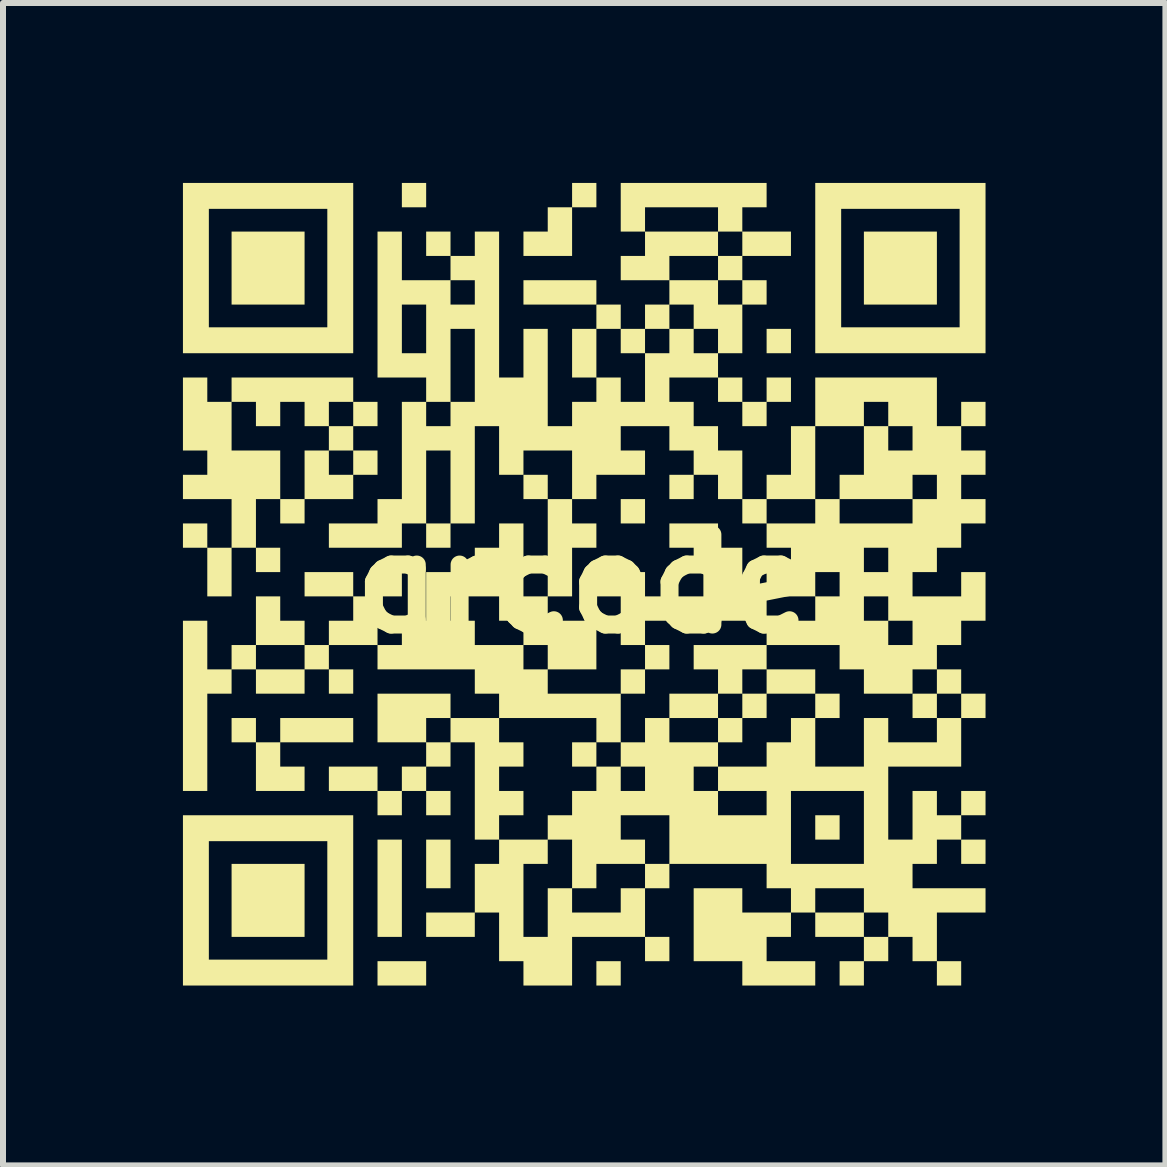
<source format=kicad_pcb>
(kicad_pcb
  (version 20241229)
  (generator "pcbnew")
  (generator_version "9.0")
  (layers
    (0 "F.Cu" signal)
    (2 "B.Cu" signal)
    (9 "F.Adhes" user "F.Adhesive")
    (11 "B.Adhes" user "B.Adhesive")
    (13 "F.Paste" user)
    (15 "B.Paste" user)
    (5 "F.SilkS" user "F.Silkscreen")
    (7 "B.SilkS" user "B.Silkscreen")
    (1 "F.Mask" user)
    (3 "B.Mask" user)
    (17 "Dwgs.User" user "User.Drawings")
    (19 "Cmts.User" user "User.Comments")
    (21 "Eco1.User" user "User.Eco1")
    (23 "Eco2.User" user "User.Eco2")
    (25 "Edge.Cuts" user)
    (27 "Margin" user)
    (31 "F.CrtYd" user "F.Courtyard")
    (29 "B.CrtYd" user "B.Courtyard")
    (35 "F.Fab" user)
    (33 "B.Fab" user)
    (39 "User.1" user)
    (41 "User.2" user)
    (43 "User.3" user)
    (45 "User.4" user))
  (footprint "qrcode"
    (layer "F.Cu")
    (at 6.684 6.684)
    (property "Reference" "qrcode" (at 0 0 0) (layer "F.SilkS") (effects (font (size 1.5 1.5) (thickness 0.3))))
    (attr board_only exclude_from_pos_files exclude_from_bom)
    (fp_poly (pts (xy -5.062 -0.399) (xy -5.062 -0.196) (xy -5.264 -0.196) (xy -5.467 -0.196) (xy -5.467 -0.399) (xy -5.467 -0.602) (xy -5.264 -0.602) (xy -5.062 -0.602)) (stroke (width 0) (type solid)) (fill yes) (layer "F.SilkS"))
    (fp_poly (pts (xy -4.656 -5.264) (xy -4.656 -4.656) (xy -5.264 -4.656) (xy -5.873 -4.656) (xy -5.873 -5.264) (xy -5.873 -5.873) (xy -5.264 -5.873) (xy -4.656 -5.873)) (stroke (width 0) (type solid)) (fill yes) (layer "F.SilkS"))
    (fp_poly (pts (xy -4.656 5.277) (xy -4.656 5.886) (xy -5.264 5.886) (xy -5.873 5.886) (xy -5.873 5.277) (xy -5.873 4.669) (xy -5.264 4.669) (xy -4.656 4.669)) (stroke (width 0) (type solid)) (fill yes) (layer "F.SilkS"))
    (fp_poly (pts (xy -3.845 1.628) (xy -3.845 1.831) (xy -4.048 1.831) (xy -4.251 1.831) (xy -4.251 1.628) (xy -4.251 1.426) (xy -4.048 1.426) (xy -3.845 1.426)) (stroke (width 0) (type solid)) (fill yes) (layer "F.SilkS"))
    (fp_poly (pts (xy -3.034 5.075) (xy -3.034 5.886) (xy -3.237 5.886) (xy -3.44 5.886) (xy -3.44 5.075) (xy -3.44 4.264) (xy -3.237 4.264) (xy -3.034 4.264)) (stroke (width 0) (type solid)) (fill yes) (layer "F.SilkS"))
    (fp_poly (pts (xy -2.629 -6.481) (xy -2.629 -6.278) (xy -2.832 -6.278) (xy -3.034 -6.278) (xy -3.034 -6.481) (xy -3.034 -6.684) (xy -2.832 -6.684) (xy -2.629 -6.684)) (stroke (width 0) (type solid)) (fill yes) (layer "F.SilkS"))
    (fp_poly (pts (xy -2.629 6.494) (xy -2.629 6.697) (xy -3.034 6.697) (xy -3.44 6.697) (xy -3.44 6.494) (xy -3.44 6.291) (xy -3.034 6.291) (xy -2.629 6.291)) (stroke (width 0) (type solid)) (fill yes) (layer "F.SilkS"))
    (fp_poly (pts (xy -2.223 3.656) (xy -2.223 3.858) (xy -2.426 3.858) (xy -2.629 3.858) (xy -2.629 3.656) (xy -2.629 3.453) (xy -2.426 3.453) (xy -2.223 3.453)) (stroke (width 0) (type solid)) (fill yes) (layer "F.SilkS"))
    (fp_poly (pts (xy -2.223 4.669) (xy -2.223 5.075) (xy -2.426 5.075) (xy -2.629 5.075) (xy -2.629 4.669) (xy -2.629 4.264) (xy -2.426 4.264) (xy -2.223 4.264)) (stroke (width 0) (type solid)) (fill yes) (layer "F.SilkS"))
    (fp_poly (pts (xy -0.602 -1.615) (xy -0.602 -1.413) (xy -0.804 -1.413) (xy -1.007 -1.413) (xy -1.007 -1.615) (xy -1.007 -1.818) (xy -0.804 -1.818) (xy -0.602 -1.818)) (stroke (width 0) (type solid)) (fill yes) (layer "F.SilkS"))
    (fp_poly (pts (xy 0.209 -4.859) (xy 0.209 -4.656) (xy -0.399 -4.656) (xy -1.007 -4.656) (xy -1.007 -4.859) (xy -1.007 -5.062) (xy -0.399 -5.062) (xy 0.209 -5.062)) (stroke (width 0) (type solid)) (fill yes) (layer "F.SilkS"))
    (fp_poly (pts (xy 0.209 2.845) (xy 0.209 3.047) (xy 0.007 3.047) (xy -0.196 3.047) (xy -0.196 2.845) (xy -0.196 2.642) (xy 0.007 2.642) (xy 0.209 2.642)) (stroke (width 0) (type solid)) (fill yes) (layer "F.SilkS"))
    (fp_poly (pts (xy 0.615 6.494) (xy 0.615 6.697) (xy 0.412 6.697) (xy 0.209 6.697) (xy 0.209 6.494) (xy 0.209 6.291) (xy 0.412 6.291) (xy 0.615 6.291)) (stroke (width 0) (type solid)) (fill yes) (layer "F.SilkS"))
    (fp_poly (pts (xy 1.02 -1.21) (xy 1.02 -1.007) (xy 0.817 -1.007) (xy 0.615 -1.007) (xy 0.615 -1.21) (xy 0.615 -1.413) (xy 0.817 -1.413) (xy 1.02 -1.413)) (stroke (width 0) (type solid)) (fill yes) (layer "F.SilkS"))
    (fp_poly (pts (xy 1.426 6.088) (xy 1.426 6.291) (xy 1.223 6.291) (xy 1.02 6.291) (xy 1.02 6.088) (xy 1.02 5.886) (xy 1.223 5.886) (xy 1.426 5.886)) (stroke (width 0) (type solid)) (fill yes) (layer "F.SilkS"))
    (fp_poly (pts (xy 1.831 -1.615) (xy 1.831 -1.413) (xy 1.628 -1.413) (xy 1.426 -1.413) (xy 1.426 -1.615) (xy 1.426 -1.818) (xy 1.628 -1.818) (xy 1.831 -1.818)) (stroke (width 0) (type solid)) (fill yes) (layer "F.SilkS"))
    (fp_poly (pts (xy 3.453 -4.048) (xy 3.453 -3.845) (xy 3.25 -3.845) (xy 3.047 -3.845) (xy 3.047 -4.048) (xy 3.047 -4.251) (xy 3.25 -4.251) (xy 3.453 -4.251)) (stroke (width 0) (type solid)) (fill yes) (layer "F.SilkS"))
    (fp_poly (pts (xy 4.264 2.034) (xy 4.264 2.237) (xy 4.061 2.237) (xy 3.858 2.237) (xy 3.858 2.034) (xy 3.858 1.831) (xy 4.061 1.831) (xy 4.264 1.831)) (stroke (width 0) (type solid)) (fill yes) (layer "F.SilkS"))
    (fp_poly (pts (xy 4.264 4.061) (xy 4.264 4.264) (xy 4.061 4.264) (xy 3.858 4.264) (xy 3.858 4.061) (xy 3.858 3.858) (xy 4.061 3.858) (xy 4.264 3.858)) (stroke (width 0) (type solid)) (fill yes) (layer "F.SilkS"))
    (fp_poly (pts (xy 5.886 -5.264) (xy 5.886 -4.656) (xy 5.277 -4.656) (xy 4.669 -4.656) (xy 4.669 -5.264) (xy 4.669 -5.873) (xy 5.277 -5.873) (xy 5.886 -5.873)) (stroke (width 0) (type solid)) (fill yes) (layer "F.SilkS"))
    (fp_poly (pts (xy 5.886 2.034) (xy 5.886 2.237) (xy 5.683 2.237) (xy 5.48 2.237) (xy 5.48 2.034) (xy 5.48 1.831) (xy 5.683 1.831) (xy 5.886 1.831)) (stroke (width 0) (type solid)) (fill yes) (layer "F.SilkS"))
    (fp_poly (pts (xy 6.291 1.628) (xy 6.291 1.831) (xy 6.088 1.831) (xy 5.886 1.831) (xy 5.886 1.628) (xy 5.886 1.426) (xy 6.088 1.426) (xy 6.291 1.426)) (stroke (width 0) (type solid)) (fill yes) (layer "F.SilkS"))
    (fp_poly (pts (xy 6.291 6.494) (xy 6.291 6.697) (xy 6.088 6.697) (xy 5.886 6.697) (xy 5.886 6.494) (xy 5.886 6.291) (xy 6.088 6.291) (xy 6.291 6.291)) (stroke (width 0) (type solid)) (fill yes) (layer "F.SilkS"))
    (fp_poly (pts (xy 6.697 4.467) (xy 6.697 4.669) (xy 6.494 4.669) (xy 6.291 4.669) (xy 6.291 4.467) (xy 6.291 4.264) (xy 6.494 4.264) (xy 6.697 4.264)) (stroke (width 0) (type solid)) (fill yes) (layer "F.SilkS"))
    (fp_poly (pts (xy 1.426 1.223) (xy 1.426 1.426) (xy 1.223 1.426) (xy 1.02 1.426) (xy 1.02 1.628) (xy 1.02 1.831) (xy 0.817 1.831) (xy 0.615 1.831) (xy 0.615 1.628) (xy 0.615 1.426) (xy 0.817 1.426) (xy 1.02 1.426) (xy 1.02 1.223) (xy 1.02 1.02) (xy 1.223 1.02) (xy 1.426 1.02)) (stroke (width 0) (type solid)) (fill yes) (layer "F.SilkS"))
    (fp_poly (pts (xy -3.845 -5.264) (xy -3.845 -3.845) (xy -5.264 -3.845) (xy -6.684 -3.845) (xy -6.684 -5.264) (xy -6.252 -5.264) (xy -6.252 -4.277) (xy -5.264 -4.277) (xy -4.277 -4.277) (xy -4.277 -5.264) (xy -4.277 -6.252) (xy -5.264 -6.252) (xy -6.252 -6.252) (xy -6.252 -5.264) (xy -6.684 -5.264) (xy -6.684 -6.684) (xy -5.264 -6.684) (xy -3.845 -6.684)) (stroke (width 0) (type solid)) (fill yes) (layer "F.SilkS"))
    (fp_poly (pts (xy -3.845 5.277) (xy -3.845 6.697) (xy -5.264 6.697) (xy -6.684 6.697) (xy -6.684 5.277) (xy -6.252 5.277) (xy -6.252 6.265) (xy -5.264 6.265) (xy -4.277 6.265) (xy -4.277 5.277) (xy -4.277 4.29) (xy -5.264 4.29) (xy -6.252 4.29) (xy -6.252 5.277) (xy -6.684 5.277) (xy -6.684 3.858) (xy -5.264 3.858) (xy -3.845 3.858)) (stroke (width 0) (type solid)) (fill yes) (layer "F.SilkS"))
    (fp_poly (pts (xy 6.697 -5.264) (xy 6.697 -3.845) (xy 5.277 -3.845) (xy 3.858 -3.845) (xy 3.858 -5.264) (xy 4.29 -5.264) (xy 4.29 -4.277) (xy 5.277 -4.277) (xy 6.265 -4.277) (xy 6.265 -5.264) (xy 6.265 -6.252) (xy 5.277 -6.252) (xy 4.29 -6.252) (xy 4.29 -5.264) (xy 3.858 -5.264) (xy 3.858 -6.684) (xy 5.277 -6.684) (xy 6.697 -6.684)) (stroke (width 0) (type solid)) (fill yes) (layer "F.SilkS"))
    (fp_poly (pts (xy 0.209 -6.481) (xy 0.209 -6.278) (xy 0.007 -6.278) (xy -0.196 -6.278) (xy -0.196 -5.873) (xy -0.196 -5.467) (xy -0.602 -5.467) (xy -1.007 -5.467) (xy -1.007 -5.67) (xy -1.007 -5.873) (xy -0.804 -5.873) (xy -0.602 -5.873) (xy -0.602 -6.075) (xy -0.602 -6.278) (xy -0.399 -6.278) (xy -0.196 -6.278) (xy -0.196 -6.481) (xy -0.196 -6.684) (xy 0.007 -6.684) (xy 0.209 -6.684)) (stroke (width 0) (type solid)) (fill yes) (layer "F.SilkS"))
    (fp_poly (pts (xy 2.642 -3.237) (xy 2.642 -3.034) (xy 2.845 -3.034) (xy 3.047 -3.034) (xy 3.047 -3.237) (xy 3.047 -3.44) (xy 3.25 -3.44) (xy 3.453 -3.44) (xy 3.453 -3.237) (xy 3.453 -3.034) (xy 3.25 -3.034) (xy 3.047 -3.034) (xy 3.047 -2.832) (xy 3.047 -2.629) (xy 2.845 -2.629) (xy 2.642 -2.629) (xy 2.642 -2.832) (xy 2.642 -3.034) (xy 2.439 -3.034) (xy 2.237 -3.034) (xy 2.237 -3.237) (xy 2.237 -3.44) (xy 2.439 -3.44) (xy 2.642 -3.44)) (stroke (width 0) (type solid)) (fill yes) (layer "F.SilkS"))
    (fp_poly (pts (xy -5.467 2.439) (xy -5.467 2.642) (xy -5.264 2.642) (xy -5.062 2.642) (xy -5.062 2.439) (xy -5.062 2.237) (xy -4.454 2.237) (xy -3.845 2.237) (xy -3.845 2.439) (xy -3.845 2.642) (xy -4.454 2.642) (xy -5.062 2.642) (xy -5.062 2.845) (xy -5.062 3.047) (xy -4.859 3.047) (xy -4.656 3.047) (xy -4.656 3.25) (xy -4.656 3.453) (xy -5.062 3.453) (xy -5.467 3.453) (xy -5.467 3.047) (xy -5.467 2.642) (xy -5.67 2.642) (xy -5.873 2.642) (xy -5.873 2.439) (xy -5.873 2.237) (xy -5.67 2.237) (xy -5.467 2.237)) (stroke (width 0) (type solid)) (fill yes) (layer "F.SilkS"))
    (fp_poly (pts (xy 2.237 -0.804) (xy 2.237 -0.602) (xy 2.439 -0.602) (xy 2.642 -0.602) (xy 2.642 -0.196) (xy 2.642 0.209) (xy 2.845 0.209) (xy 3.047 0.209) (xy 3.047 0.412) (xy 3.047 0.615) (xy 2.034 0.615) (xy 1.02 0.615) (xy 1.02 0.817) (xy 1.02 1.02) (xy 0.817 1.02) (xy 0.615 1.02) (xy 0.615 0.615) (xy 0.615 0.209) (xy 0.412 0.209) (xy 0.209 0.209) (xy 0.209 0.007) (xy 0.209 -0.196) (xy 0.615 -0.196) (xy 1.02 -0.196) (xy 1.02 0.007) (xy 1.02 0.209) (xy 1.628 0.209) (xy 2.237 0.209) (xy 2.237 0.007) (xy 2.237 -0.196) (xy 2.034 -0.196) (xy 1.831 -0.196) (xy 1.831 -0.399) (xy 1.831 -0.602) (xy 1.628 -0.602) (xy 1.426 -0.602) (xy 1.426 -0.804) (xy 1.426 -1.007) (xy 1.831 -1.007) (xy 2.237 -1.007)) (stroke (width 0) (type solid)) (fill yes) (layer "F.SilkS"))
    (fp_poly (pts (xy 3.047 1.223) (xy 3.047 1.426) (xy 2.845 1.426) (xy 2.642 1.426) (xy 2.642 1.628) (xy 2.642 1.831) (xy 2.439 1.831) (xy 2.237 1.831) (xy 2.237 2.034) (xy 2.237 2.237) (xy 2.439 2.237) (xy 2.642 2.237) (xy 2.642 2.034) (xy 2.642 1.831) (xy 2.845 1.831) (xy 3.047 1.831) (xy 3.047 1.628) (xy 3.047 1.426) (xy 3.453 1.426) (xy 3.858 1.426) (xy 3.858 1.628) (xy 3.858 1.831) (xy 3.453 1.831) (xy 3.047 1.831) (xy 3.047 2.034) (xy 3.047 2.237) (xy 2.845 2.237) (xy 2.642 2.237) (xy 2.642 2.439) (xy 2.642 2.642) (xy 2.439 2.642) (xy 2.237 2.642) (xy 2.237 2.439) (xy 2.237 2.237) (xy 1.831 2.237) (xy 1.426 2.237) (xy 1.426 2.034) (xy 1.426 1.831) (xy 1.831 1.831) (xy 2.237 1.831) (xy 2.237 1.628) (xy 2.237 1.426) (xy 2.034 1.426) (xy 1.831 1.426) (xy 1.831 1.223) (xy 1.831 1.02) (xy 2.439 1.02) (xy 3.047 1.02)) (stroke (width 0) (type solid)) (fill yes) (layer "F.SilkS"))
    (fp_poly (pts (xy -6.278 -3.237) (xy -6.278 -3.034) (xy -6.075 -3.034) (xy -5.873 -3.034) (xy -5.873 -3.237) (xy -5.873 -3.44) (xy -4.859 -3.44) (xy -3.845 -3.44) (xy -3.845 -3.237) (xy -3.845 -3.034) (xy -4.048 -3.034) (xy -4.251 -3.034) (xy -4.251 -2.832) (xy -4.251 -2.629) (xy -4.454 -2.629) (xy -4.656 -2.629) (xy -4.656 -2.832) (xy -4.656 -3.034) (xy -4.859 -3.034) (xy -5.062 -3.034) (xy -5.062 -2.832) (xy -5.062 -2.629) (xy -5.264 -2.629) (xy -5.467 -2.629) (xy -5.467 -2.832) (xy -5.467 -3.034) (xy -5.67 -3.034) (xy -5.873 -3.034) (xy -5.873 -2.629) (xy -5.873 -2.223) (xy -5.467 -2.223) (xy -5.062 -2.223) (xy -5.062 -1.818) (xy -5.062 -1.413) (xy -4.859 -1.413) (xy -4.656 -1.413) (xy -4.656 -1.818) (xy -4.656 -2.223) (xy -4.454 -2.223) (xy -4.251 -2.223) (xy -4.251 -2.426) (xy -4.251 -2.629) (xy -4.048 -2.629) (xy -3.845 -2.629) (xy -3.845 -2.832) (xy -3.845 -3.034) (xy -3.643 -3.034) (xy -3.44 -3.034) (xy -3.44 -2.832) (xy -3.44 -2.629) (xy -3.643 -2.629) (xy -3.845 -2.629) (xy -3.845 -2.426) (xy -3.845 -2.223) (xy -4.048 -2.223) (xy -4.251 -2.223) (xy -4.251 -2.021) (xy -4.251 -1.818) (xy -4.048 -1.818) (xy -3.845 -1.818) (xy -3.845 -2.021) (xy -3.845 -2.223) (xy -3.643 -2.223) (xy -3.44 -2.223) (xy -3.44 -2.021) (xy -3.44 -1.818) (xy -3.643 -1.818) (xy -3.845 -1.818) (xy -3.845 -1.615) (xy -3.845 -1.413) (xy -4.251 -1.413) (xy -4.656 -1.413) (xy -4.656 -1.21) (xy -4.656 -1.007) (xy -4.859 -1.007) (xy -5.062 -1.007) (xy -5.062 -1.21) (xy -5.062 -1.413) (xy -5.264 -1.413) (xy -5.467 -1.413) (xy -5.467 -1.007) (xy -5.467 -0.602) (xy -5.67 -0.602) (xy -5.873 -0.602) (xy -5.873 -0.196) (xy -5.873 0.209) (xy -6.075 0.209) (xy -6.278 0.209) (xy -6.278 -0.196) (xy -6.278 -0.602) (xy -6.481 -0.602) (xy -6.684 -0.602) (xy -6.684 -0.804) (xy -6.684 -1.007) (xy -6.481 -1.007) (xy -6.278 -1.007) (xy -6.278 -0.804) (xy -6.278 -0.602) (xy -6.075 -0.602) (xy -5.873 -0.602) (xy -5.873 -1.007) (xy -5.873 -1.413) (xy -6.278 -1.413) (xy -6.684 -1.413) (xy -6.684 -1.615) (xy -6.684 -1.818) (xy -6.481 -1.818) (xy -6.278 -1.818) (xy -6.278 -2.021) (xy -6.278 -2.223) (xy -6.481 -2.223) (xy -6.684 -2.223) (xy -6.684 -2.832) (xy -6.684 -3.44) (xy -6.481 -3.44) (xy -6.278 -3.44)) (stroke (width 0) (type solid)) (fill yes) (layer "F.SilkS"))
    (fp_poly (pts (xy 3.047 -6.481) (xy 3.047 -6.278) (xy 2.845 -6.278) (xy 2.642 -6.278) (xy 2.642 -6.075) (xy 2.642 -5.873) (xy 2.439 -5.873) (xy 2.237 -5.873) (xy 2.237 -5.67) (xy 2.237 -5.467) (xy 1.831 -5.467) (xy 1.426 -5.467) (xy 1.426 -5.264) (xy 1.426 -5.062) (xy 1.831 -5.062) (xy 2.237 -5.062) (xy 2.237 -5.264) (xy 2.237 -5.467) (xy 2.439 -5.467) (xy 2.642 -5.467) (xy 2.642 -5.67) (xy 2.642 -5.873) (xy 3.047 -5.873) (xy 3.453 -5.873) (xy 3.453 -5.67) (xy 3.453 -5.467) (xy 3.047 -5.467) (xy 2.642 -5.467) (xy 2.642 -5.264) (xy 2.642 -5.062) (xy 2.439 -5.062) (xy 2.237 -5.062) (xy 2.237 -4.859) (xy 2.237 -4.656) (xy 2.439 -4.656) (xy 2.642 -4.656) (xy 2.642 -4.859) (xy 2.642 -5.062) (xy 2.845 -5.062) (xy 3.047 -5.062) (xy 3.047 -4.859) (xy 3.047 -4.656) (xy 2.845 -4.656) (xy 2.642 -4.656) (xy 2.642 -4.251) (xy 2.642 -3.845) (xy 2.439 -3.845) (xy 2.237 -3.845) (xy 2.237 -3.643) (xy 2.237 -3.44) (xy 1.831 -3.44) (xy 1.426 -3.44) (xy 1.426 -3.237) (xy 1.426 -3.034) (xy 1.628 -3.034) (xy 1.831 -3.034) (xy 1.831 -2.832) (xy 1.831 -2.629) (xy 2.034 -2.629) (xy 2.237 -2.629) (xy 2.237 -2.426) (xy 2.237 -2.223) (xy 2.439 -2.223) (xy 2.642 -2.223) (xy 2.642 -1.818) (xy 2.642 -1.413) (xy 2.845 -1.413) (xy 3.047 -1.413) (xy 3.047 -1.615) (xy 3.047 -1.818) (xy 3.25 -1.818) (xy 3.453 -1.818) (xy 3.453 -2.223) (xy 3.453 -2.629) (xy 3.656 -2.629) (xy 3.858 -2.629) (xy 3.858 -3.034) (xy 3.858 -3.44) (xy 4.872 -3.44) (xy 5.886 -3.44) (xy 5.886 -3.034) (xy 5.886 -2.629) (xy 6.088 -2.629) (xy 6.291 -2.629) (xy 6.291 -2.832) (xy 6.291 -3.034) (xy 6.494 -3.034) (xy 6.697 -3.034) (xy 6.697 -2.832) (xy 6.697 -2.629) (xy 6.494 -2.629) (xy 6.291 -2.629) (xy 6.291 -2.426) (xy 6.291 -2.223) (xy 6.494 -2.223) (xy 6.697 -2.223) (xy 6.697 -2.021) (xy 6.697 -1.818) (xy 6.494 -1.818) (xy 6.291 -1.818) (xy 6.291 -1.615) (xy 6.291 -1.413) (xy 6.494 -1.413) (xy 6.697 -1.413) (xy 6.697 -1.21) (xy 6.697 -1.007) (xy 6.494 -1.007) (xy 6.291 -1.007) (xy 6.291 -0.804) (xy 6.291 -0.602) (xy 6.088 -0.602) (xy 5.886 -0.602) (xy 5.886 -0.399) (xy 5.886 -0.196) (xy 5.683 -0.196) (xy 5.48 -0.196) (xy 5.48 0.007) (xy 5.48 0.209) (xy 5.886 0.209) (xy 6.291 0.209) (xy 6.291 0.007) (xy 6.291 -0.196) (xy 6.494 -0.196) (xy 6.697 -0.196) (xy 6.697 0.209) (xy 6.697 0.615) (xy 6.494 0.615) (xy 6.291 0.615) (xy 6.291 0.817) (xy 6.291 1.02) (xy 6.088 1.02) (xy 5.886 1.02) (xy 5.886 1.223) (xy 5.886 1.426) (xy 5.683 1.426) (xy 5.48 1.426) (xy 5.48 1.628) (xy 5.48 1.831) (xy 5.075 1.831) (xy 4.669 1.831) (xy 4.669 1.628) (xy 4.669 1.426) (xy 4.467 1.426) (xy 4.264 1.426) (xy 4.264 1.223) (xy 4.264 1.02) (xy 3.656 1.02) (xy 3.047 1.02) (xy 3.047 0.817) (xy 5.075 0.817) (xy 5.075 1.02) (xy 5.277 1.02) (xy 5.48 1.02) (xy 5.48 0.817) (xy 5.48 0.615) (xy 5.277 0.615) (xy 5.075 0.615) (xy 5.075 0.817) (xy 3.047 0.817) (xy 3.047 0.615) (xy 3.453 0.615) (xy 3.858 0.615) (xy 3.858 0.412) (xy 4.669 0.412) (xy 4.669 0.615) (xy 4.872 0.615) (xy 5.075 0.615) (xy 5.075 0.412) (xy 5.075 0.209) (xy 4.872 0.209) (xy 4.669 0.209) (xy 4.669 0.412) (xy 3.858 0.412) (xy 3.858 0.209) (xy 4.061 0.209) (xy 4.264 0.209) (xy 4.264 0.007) (xy 4.264 -0.196) (xy 4.061 -0.196) (xy 3.858 -0.196) (xy 3.858 0.007) (xy 3.858 0.209) (xy 3.453 0.209) (xy 3.047 0.209) (xy 3.047 0.007) (xy 3.047 -0.196) (xy 3.25 -0.196) (xy 3.453 -0.196) (xy 3.453 -0.399) (xy 4.669 -0.399) (xy 4.669 -0.196) (xy 4.872 -0.196) (xy 5.075 -0.196) (xy 5.075 -0.399) (xy 5.075 -0.602) (xy 4.872 -0.602) (xy 4.669 -0.602) (xy 4.669 -0.399) (xy 3.453 -0.399) (xy 3.453 -0.602) (xy 3.25 -0.602) (xy 3.047 -0.602) (xy 3.047 -0.804) (xy 3.047 -1.007) (xy 3.453 -1.007) (xy 3.858 -1.007) (xy 3.858 -1.21) (xy 3.858 -1.413) (xy 4.061 -1.413) (xy 4.264 -1.413) (xy 4.264 -1.21) (xy 4.264 -1.007) (xy 4.872 -1.007) (xy 5.48 -1.007) (xy 5.48 -1.21) (xy 5.48 -1.413) (xy 5.683 -1.413) (xy 5.886 -1.413) (xy 5.886 -1.615) (xy 5.886 -1.818) (xy 5.683 -1.818) (xy 5.48 -1.818) (xy 5.48 -1.615) (xy 5.48 -1.413) (xy 4.872 -1.413) (xy 4.264 -1.413) (xy 4.264 -1.615) (xy 4.264 -1.818) (xy 4.467 -1.818) (xy 4.669 -1.818) (xy 4.669 -2.223) (xy 4.669 -2.426) (xy 5.075 -2.426) (xy 5.075 -2.223) (xy 5.277 -2.223) (xy 5.48 -2.223) (xy 5.48 -2.426) (xy 5.48 -2.629) (xy 5.277 -2.629) (xy 5.075 -2.629) (xy 5.075 -2.426) (xy 4.669 -2.426) (xy 4.669 -2.629) (xy 4.872 -2.629) (xy 5.075 -2.629) (xy 5.075 -2.832) (xy 5.075 -3.034) (xy 4.872 -3.034) (xy 4.669 -3.034) (xy 4.669 -2.832) (xy 4.669 -2.629) (xy 4.264 -2.629) (xy 3.858 -2.629) (xy 3.858 -2.021) (xy 3.858 -1.413) (xy 3.453 -1.413) (xy 3.047 -1.413) (xy 3.047 -1.21) (xy 3.047 -1.007) (xy 2.845 -1.007) (xy 2.642 -1.007) (xy 2.642 -1.21) (xy 2.642 -1.413) (xy 2.439 -1.413) (xy 2.237 -1.413) (xy 2.237 -1.615) (xy 2.237 -1.818) (xy 2.034 -1.818) (xy 1.831 -1.818) (xy 1.831 -2.021) (xy 1.831 -2.223) (xy 1.628 -2.223) (xy 1.426 -2.223) (xy 1.426 -2.426) (xy 1.426 -2.629) (xy 1.02 -2.629) (xy 0.615 -2.629) (xy 0.615 -2.426) (xy 0.615 -2.223) (xy 0.817 -2.223) (xy 1.02 -2.223) (xy 1.02 -2.021) (xy 1.02 -1.818) (xy 0.615 -1.818) (xy 0.209 -1.818) (xy 0.209 -1.615) (xy 0.209 -1.413) (xy 0.007 -1.413) (xy -0.196 -1.413) (xy -0.196 -1.818) (xy -0.196 -2.223) (xy -0.602 -2.223) (xy -1.007 -2.223) (xy -1.007 -2.021) (xy -1.007 -1.818) (xy -1.21 -1.818) (xy -1.413 -1.818) (xy -1.413 -2.223) (xy -1.413 -2.629) (xy -1.615 -2.629) (xy -1.818 -2.629) (xy -1.818 -1.818) (xy -1.818 -1.007) (xy -2.021 -1.007) (xy -2.223 -1.007) (xy -2.223 -0.804) (xy -2.223 -0.602) (xy -2.426 -0.602) (xy -2.629 -0.602) (xy -2.629 -0.804) (xy -2.629 -1.007) (xy -2.832 -1.007) (xy -3.034 -1.007) (xy -3.034 -0.804) (xy -3.034 -0.602) (xy -3.643 -0.602) (xy -4.251 -0.602) (xy -4.251 -0.804) (xy -4.251 -1.007) (xy -3.845 -1.007) (xy -3.44 -1.007) (xy -3.44 -1.21) (xy -3.44 -1.413) (xy -3.237 -1.413) (xy -3.034 -1.413) (xy -3.034 -1.615) (xy -2.629 -1.615) (xy -2.629 -1.007) (xy -2.426 -1.007) (xy -2.223 -1.007) (xy -2.223 -1.615) (xy -2.223 -2.223) (xy -2.426 -2.223) (xy -2.629 -2.223) (xy -2.629 -1.615) (xy -3.034 -1.615) (xy -3.034 -2.223) (xy -3.034 -3.034) (xy -2.832 -3.034) (xy -2.629 -3.034) (xy -2.629 -2.832) (xy -2.629 -2.629) (xy -2.426 -2.629) (xy -2.223 -2.629) (xy -2.223 -2.832) (xy -2.223 -3.034) (xy -2.021 -3.034) (xy -1.818 -3.034) (xy -1.818 -3.643) (xy -1.818 -4.251) (xy -2.021 -4.251) (xy -2.223 -4.251) (xy -2.223 -3.643) (xy -2.223 -3.034) (xy -2.426 -3.034) (xy -2.629 -3.034) (xy -2.629 -3.237) (xy -2.629 -3.44) (xy -3.034 -3.44) (xy -3.44 -3.44) (xy -3.44 -4.251) (xy -3.034 -4.251) (xy -3.034 -3.845) (xy -2.832 -3.845) (xy -2.629 -3.845) (xy -2.629 -4.251) (xy -2.629 -4.656) (xy -2.832 -4.656) (xy -3.034 -4.656) (xy -3.034 -4.251) (xy -3.44 -4.251) (xy -3.44 -4.656) (xy -3.44 -4.859) (xy -2.223 -4.859) (xy -2.223 -4.656) (xy -2.021 -4.656) (xy -1.818 -4.656) (xy -1.818 -4.859) (xy -1.818 -5.062) (xy -2.021 -5.062) (xy -2.223 -5.062) (xy -2.223 -4.859) (xy -3.44 -4.859) (xy -3.44 -5.873) (xy -3.237 -5.873) (xy -3.034 -5.873) (xy -3.034 -5.467) (xy -3.034 -5.062) (xy -2.629 -5.062) (xy -2.223 -5.062) (xy -2.223 -5.264) (xy -2.223 -5.467) (xy -2.426 -5.467) (xy -2.629 -5.467) (xy -2.629 -5.67) (xy -2.629 -5.873) (xy -2.426 -5.873) (xy -2.223 -5.873) (xy -2.223 -5.67) (xy -2.223 -5.467) (xy -2.021 -5.467) (xy -1.818 -5.467) (xy -1.818 -5.67) (xy -1.818 -5.873) (xy -1.615 -5.873) (xy -1.413 -5.873) (xy -1.413 -4.656) (xy -1.413 -3.44) (xy -1.21 -3.44) (xy -1.007 -3.44) (xy -1.007 -3.845) (xy -1.007 -4.251) (xy -0.804 -4.251) (xy -0.602 -4.251) (xy -0.602 -3.44) (xy -0.602 -2.629) (xy -0.399 -2.629) (xy -0.196 -2.629) (xy -0.196 -2.832) (xy -0.196 -3.034) (xy 0.007 -3.034) (xy 0.209 -3.034) (xy 0.209 -3.237) (xy 0.209 -3.44) (xy 0.412 -3.44) (xy 0.615 -3.44) (xy 0.615 -3.237) (xy 0.615 -3.034) (xy 0.817 -3.034) (xy 1.02 -3.034) (xy 1.02 -3.44) (xy 1.02 -3.845) (xy 1.223 -3.845) (xy 1.426 -3.845) (xy 1.426 -4.048) (xy 1.831 -4.048) (xy 1.831 -3.845) (xy 2.034 -3.845) (xy 2.237 -3.845) (xy 2.237 -4.048) (xy 2.237 -4.251) (xy 2.034 -4.251) (xy 1.831 -4.251) (xy 1.831 -4.048) (xy 1.426 -4.048) (xy 1.426 -4.251) (xy 1.628 -4.251) (xy 1.831 -4.251) (xy 1.831 -4.454) (xy 1.831 -4.656) (xy 1.628 -4.656) (xy 1.426 -4.656) (xy 1.426 -4.454) (xy 1.426 -4.251) (xy 1.223 -4.251) (xy 1.02 -4.251) (xy 1.02 -4.048) (xy 1.02 -3.845) (xy 0.817 -3.845) (xy 0.615 -3.845) (xy 0.615 -4.048) (xy 0.615 -4.251) (xy 0.412 -4.251) (xy 0.209 -4.251) (xy 0.209 -3.845) (xy 0.209 -3.44) (xy 0.007 -3.44) (xy -0.196 -3.44) (xy -0.196 -3.845) (xy -0.196 -4.251) (xy 0.007 -4.251) (xy 0.209 -4.251) (xy 0.209 -4.454) (xy 0.209 -4.656) (xy 0.412 -4.656) (xy 0.615 -4.656) (xy 0.615 -4.454) (xy 0.615 -4.251) (xy 0.817 -4.251) (xy 1.02 -4.251) (xy 1.02 -4.454) (xy 1.02 -4.656) (xy 1.223 -4.656) (xy 1.426 -4.656) (xy 1.426 -4.859) (xy 1.426 -5.062) (xy 1.02 -5.062) (xy 0.615 -5.062) (xy 0.615 -5.264) (xy 0.615 -5.467) (xy 0.817 -5.467) (xy 1.02 -5.467) (xy 1.02 -5.67) (xy 1.02 -5.873) (xy 0.817 -5.873) (xy 0.615 -5.873) (xy 0.615 -6.075) (xy 1.02 -6.075) (xy 1.02 -5.873) (xy 1.628 -5.873) (xy 2.237 -5.873) (xy 2.237 -6.075) (xy 2.237 -6.278) (xy 1.628 -6.278) (xy 1.02 -6.278) (xy 1.02 -6.075) (xy 0.615 -6.075) (xy 0.615 -6.278) (xy 0.615 -6.684) (xy 1.831 -6.684) (xy 3.047 -6.684)) (stroke (width 0) (type solid)) (fill yes) (layer "F.SilkS"))
    (fp_poly (pts (xy -0.196 -1.21) (xy -0.196 -1.007) (xy 0.007 -1.007) (xy 0.209 -1.007) (xy 0.209 -0.804) (xy 0.209 -0.602) (xy 0.007 -0.602) (xy -0.196 -0.602) (xy -0.196 -0.196) (xy -0.196 0.209) (xy -0.399 0.209) (xy -0.602 0.209) (xy -0.602 0.412) (xy -0.602 0.615) (xy -0.196 0.615) (xy 0.209 0.615) (xy 0.209 1.02) (xy 0.209 1.426) (xy -0.196 1.426) (xy -0.602 1.426) (xy -0.602 1.223) (xy -0.602 1.02) (xy -0.804 1.02) (xy -1.007 1.02) (xy -1.007 1.223) (xy -1.007 1.426) (xy -0.804 1.426) (xy -0.602 1.426) (xy -0.602 1.628) (xy -0.602 1.831) (xy 0.007 1.831) (xy 0.615 1.831) (xy 0.615 2.237) (xy 0.615 2.642) (xy 0.412 2.642) (xy 0.209 2.642) (xy 0.209 2.439) (xy 0.209 2.237) (xy -0.602 2.237) (xy -1.413 2.237) (xy -1.413 2.439) (xy -1.413 2.642) (xy -1.21 2.642) (xy -1.007 2.642) (xy -1.007 2.845) (xy -1.007 3.047) (xy -1.21 3.047) (xy -1.413 3.047) (xy -1.413 3.25) (xy -1.413 3.453) (xy -1.21 3.453) (xy -1.007 3.453) (xy -1.007 3.656) (xy -1.007 3.858) (xy -1.21 3.858) (xy -1.413 3.858) (xy -1.413 4.061) (xy -1.413 4.264) (xy -1.007 4.264) (xy -0.602 4.264) (xy -0.602 4.061) (xy -0.602 3.858) (xy -0.399 3.858) (xy -0.196 3.858) (xy -0.196 3.656) (xy 2.237 3.656) (xy 2.237 3.858) (xy 2.642 3.858) (xy 3.047 3.858) (xy 3.047 3.656) (xy 3.047 3.453) (xy 2.642 3.453) (xy 2.237 3.453) (xy 2.237 3.656) (xy -0.196 3.656) (xy -0.196 3.453) (xy 0.007 3.453) (xy 0.209 3.453) (xy 0.209 3.25) (xy 0.615 3.25) (xy 0.615 3.453) (xy 0.817 3.453) (xy 1.02 3.453) (xy 1.02 3.25) (xy 1.02 3.047) (xy 0.817 3.047) (xy 0.615 3.047) (xy 0.615 3.25) (xy 0.209 3.25) (xy 0.209 3.047) (xy 0.412 3.047) (xy 0.615 3.047) (xy 0.615 2.845) (xy 0.615 2.642) (xy 0.817 2.642) (xy 1.02 2.642) (xy 1.02 2.439) (xy 1.02 2.237) (xy 1.223 2.237) (xy 1.426 2.237) (xy 1.426 2.439) (xy 1.426 2.642) (xy 1.831 2.642) (xy 2.237 2.642) (xy 2.237 2.845) (xy 2.237 3.047) (xy 2.034 3.047) (xy 1.831 3.047) (xy 1.831 3.25) (xy 1.831 3.453) (xy 2.034 3.453) (xy 2.237 3.453) (xy 2.237 3.25) (xy 2.237 3.047) (xy 2.642 3.047) (xy 3.047 3.047) (xy 3.047 2.845) (xy 3.047 2.642) (xy 3.25 2.642) (xy 3.453 2.642) (xy 3.453 2.439) (xy 3.453 2.237) (xy 3.656 2.237) (xy 3.858 2.237) (xy 3.858 2.642) (xy 3.858 3.047) (xy 4.264 3.047) (xy 4.669 3.047) (xy 4.669 2.642) (xy 4.669 2.237) (xy 4.872 2.237) (xy 5.075 2.237) (xy 5.075 2.439) (xy 5.075 2.642) (xy 5.48 2.642) (xy 5.886 2.642) (xy 5.886 2.439) (xy 5.886 2.237) (xy 6.088 2.237) (xy 6.291 2.237) (xy 6.291 2.034) (xy 6.291 1.831) (xy 6.494 1.831) (xy 6.697 1.831) (xy 6.697 2.034) (xy 6.697 2.237) (xy 6.494 2.237) (xy 6.291 2.237) (xy 6.291 2.642) (xy 6.291 3.047) (xy 5.683 3.047) (xy 5.075 3.047) (xy 5.075 3.656) (xy 5.075 4.264) (xy 5.277 4.264) (xy 5.48 4.264) (xy 5.48 3.858) (xy 5.48 3.453) (xy 5.683 3.453) (xy 5.886 3.453) (xy 5.886 3.656) (xy 5.886 3.858) (xy 6.088 3.858) (xy 6.291 3.858) (xy 6.291 3.656) (xy 6.291 3.453) (xy 6.494 3.453) (xy 6.697 3.453) (xy 6.697 3.656) (xy 6.697 3.858) (xy 6.494 3.858) (xy 6.291 3.858) (xy 6.291 4.061) (xy 6.291 4.264) (xy 6.088 4.264) (xy 5.886 4.264) (xy 5.886 4.467) (xy 5.886 4.669) (xy 5.683 4.669) (xy 5.48 4.669) (xy 5.48 4.872) (xy 5.48 5.075) (xy 6.088 5.075) (xy 6.697 5.075) (xy 6.697 5.277) (xy 6.697 5.48) (xy 6.291 5.48) (xy 5.886 5.48) (xy 5.886 5.886) (xy 5.886 6.291) (xy 5.683 6.291) (xy 5.48 6.291) (xy 5.48 6.088) (xy 5.48 5.886) (xy 5.277 5.886) (xy 5.075 5.886) (xy 5.075 6.088) (xy 5.075 6.291) (xy 4.872 6.291) (xy 4.669 6.291) (xy 4.669 6.494) (xy 4.669 6.697) (xy 4.467 6.697) (xy 4.264 6.697) (xy 4.264 6.494) (xy 4.264 6.291) (xy 4.467 6.291) (xy 4.669 6.291) (xy 4.669 6.088) (xy 4.669 5.886) (xy 4.264 5.886) (xy 3.858 5.886) (xy 3.858 5.683) (xy 4.669 5.683) (xy 4.669 5.886) (xy 4.872 5.886) (xy 5.075 5.886) (xy 5.075 5.683) (xy 5.075 5.48) (xy 4.872 5.48) (xy 4.669 5.48) (xy 4.669 5.683) (xy 3.858 5.683) (xy 3.858 5.48) (xy 3.656 5.48) (xy 3.453 5.48) (xy 3.453 5.683) (xy 3.453 5.886) (xy 3.25 5.886) (xy 3.047 5.886) (xy 3.047 6.088) (xy 3.047 6.291) (xy 3.453 6.291) (xy 3.858 6.291) (xy 3.858 6.494) (xy 3.858 6.697) (xy 3.25 6.697) (xy 2.642 6.697) (xy 2.642 6.494) (xy 2.642 6.291) (xy 2.237 6.291) (xy 1.831 6.291) (xy 1.831 5.683) (xy 1.831 5.075) (xy 2.237 5.075) (xy 2.642 5.075) (xy 2.642 5.277) (xy 2.642 5.48) (xy 3.047 5.48) (xy 3.453 5.48) (xy 3.453 5.277) (xy 3.858 5.277) (xy 3.858 5.48) (xy 4.264 5.48) (xy 4.669 5.48) (xy 4.669 5.277) (xy 4.669 5.075) (xy 4.264 5.075) (xy 3.858 5.075) (xy 3.858 5.277) (xy 3.453 5.277) (xy 3.453 5.075) (xy 3.25 5.075) (xy 3.047 5.075) (xy 3.047 4.872) (xy 3.047 4.669) (xy 2.237 4.669) (xy 1.426 4.669) (xy 1.426 4.872) (xy 1.426 5.075) (xy 1.223 5.075) (xy 1.02 5.075) (xy 1.02 5.48) (xy 1.02 5.886) (xy 0.412 5.886) (xy -0.196 5.886) (xy -0.196 6.291) (xy -0.196 6.697) (xy -0.602 6.697) (xy -1.007 6.697) (xy -1.007 6.494) (xy -1.007 6.291) (xy -1.21 6.291) (xy -1.413 6.291) (xy -1.413 5.886) (xy -1.413 5.48) (xy -1.615 5.48) (xy -1.818 5.48) (xy -1.818 5.683) (xy -1.818 5.886) (xy -2.223 5.886) (xy -2.629 5.886) (xy -2.629 5.683) (xy -2.629 5.48) (xy -2.223 5.48) (xy -1.818 5.48) (xy -1.818 5.075) (xy -1.818 4.669) (xy -1.615 4.669) (xy -1.413 4.669) (xy -1.007 4.669) (xy -1.007 5.277) (xy -1.007 5.886) (xy -0.804 5.886) (xy -0.602 5.886) (xy -0.602 5.48) (xy -0.602 5.075) (xy -0.399 5.075) (xy -0.196 5.075) (xy -0.196 5.277) (xy -0.196 5.48) (xy 0.209 5.48) (xy 0.615 5.48) (xy 0.615 5.277) (xy 0.615 5.075) (xy 0.817 5.075) (xy 1.02 5.075) (xy 1.02 4.872) (xy 1.02 4.669) (xy 1.223 4.669) (xy 1.426 4.669) (xy 1.426 4.264) (xy 1.426 4.061) (xy 3.453 4.061) (xy 3.453 4.669) (xy 4.061 4.669) (xy 4.669 4.669) (xy 4.669 4.061) (xy 4.669 3.453) (xy 4.061 3.453) (xy 3.453 3.453) (xy 3.453 4.061) (xy 1.426 4.061) (xy 1.426 3.858) (xy 1.02 3.858) (xy 0.615 3.858) (xy 0.615 4.061) (xy 0.615 4.264) (xy 0.817 4.264) (xy 1.02 4.264) (xy 1.02 4.467) (xy 1.02 4.669) (xy 0.615 4.669) (xy 0.209 4.669) (xy 0.209 4.872) (xy 0.209 5.075) (xy 0.007 5.075) (xy -0.196 5.075) (xy -0.196 4.669) (xy -0.196 4.264) (xy -0.399 4.264) (xy -0.602 4.264) (xy -0.602 4.467) (xy -0.602 4.669) (xy -0.804 4.669) (xy -1.007 4.669) (xy -1.413 4.669) (xy -1.413 4.467) (xy -1.413 4.264) (xy -1.615 4.264) (xy -1.818 4.264) (xy -1.818 3.453) (xy -1.818 2.642) (xy -2.021 2.642) (xy -2.223 2.642) (xy -2.223 2.845) (xy -2.223 3.047) (xy -2.426 3.047) (xy -2.629 3.047) (xy -2.629 3.25) (xy -2.629 3.453) (xy -2.832 3.453) (xy -3.034 3.453) (xy -3.034 3.656) (xy -3.034 3.858) (xy -3.237 3.858) (xy -3.44 3.858) (xy -3.44 3.656) (xy -3.44 3.453) (xy -3.845 3.453) (xy -4.251 3.453) (xy -4.251 3.25) (xy -4.251 3.047) (xy -3.845 3.047) (xy -3.44 3.047) (xy -3.44 3.25) (xy -3.44 3.453) (xy -3.237 3.453) (xy -3.034 3.453) (xy -3.034 3.25) (xy -3.034 3.047) (xy -2.832 3.047) (xy -2.629 3.047) (xy -2.629 2.845) (xy -2.629 2.642) (xy -3.034 2.642) (xy -3.44 2.642) (xy -3.44 2.439) (xy -2.629 2.439) (xy -2.629 2.642) (xy -2.426 2.642) (xy -2.223 2.642) (xy -2.223 2.439) (xy -2.223 2.237) (xy -2.426 2.237) (xy -2.629 2.237) (xy -2.629 2.439) (xy -3.44 2.439) (xy -3.44 2.237) (xy -3.44 1.831) (xy -2.832 1.831) (xy -2.223 1.831) (xy -2.223 2.034) (xy -2.223 2.237) (xy -1.818 2.237) (xy -1.413 2.237) (xy -1.413 2.034) (xy -1.413 1.831) (xy -1.615 1.831) (xy -1.818 1.831) (xy -1.818 1.628) (xy -1.818 1.426) (xy -2.629 1.426) (xy -3.44 1.426) (xy -3.44 1.223) (xy -3.44 1.02) (xy -3.845 1.02) (xy -4.251 1.02) (xy -4.251 1.223) (xy -4.251 1.426) (xy -4.454 1.426) (xy -4.656 1.426) (xy -4.656 1.628) (xy -4.656 1.831) (xy -5.062 1.831) (xy -5.467 1.831) (xy -5.467 1.628) (xy -5.467 1.426) (xy -5.67 1.426) (xy -5.873 1.426) (xy -5.873 1.628) (xy -5.873 1.831) (xy -6.075 1.831) (xy -6.278 1.831) (xy -6.278 2.642) (xy -6.278 3.453) (xy -6.481 3.453) (xy -6.684 3.453) (xy -6.684 2.034) (xy -6.684 0.615) (xy -6.481 0.615) (xy -6.278 0.615) (xy -6.278 1.02) (xy -6.278 1.426) (xy -6.075 1.426) (xy -5.873 1.426) (xy -5.873 1.223) (xy -5.467 1.223) (xy -5.467 1.426) (xy -5.062 1.426) (xy -4.656 1.426) (xy -4.656 1.223) (xy -4.656 1.02) (xy -5.062 1.02) (xy -5.467 1.02) (xy -5.467 1.223) (xy -5.873 1.223) (xy -5.873 1.02) (xy -5.67 1.02) (xy -5.467 1.02) (xy -5.467 0.615) (xy -5.467 0.209) (xy -5.264 0.209) (xy -5.062 0.209) (xy -5.062 0.412) (xy -5.062 0.615) (xy -4.859 0.615) (xy -4.656 0.615) (xy -4.656 0.817) (xy -4.656 1.02) (xy -4.454 1.02) (xy -4.251 1.02) (xy -4.251 0.817) (xy -4.251 0.615) (xy -4.048 0.615) (xy -3.845 0.615) (xy -3.845 0.412) (xy -3.845 0.209) (xy -4.251 0.209) (xy -4.656 0.209) (xy -4.656 0.007) (xy -4.656 -0.196) (xy -4.251 -0.196) (xy -3.845 -0.196) (xy -3.845 0.007) (xy -3.845 0.209) (xy -3.643 0.209) (xy -3.44 0.209) (xy -3.44 0.007) (xy -3.44 -0.196) (xy -3.237 -0.196) (xy -3.034 -0.196) (xy -3.034 0.007) (xy -3.034 0.209) (xy -3.237 0.209) (xy -3.44 0.209) (xy -3.44 0.615) (xy -3.44 1.02) (xy -3.237 1.02) (xy -3.034 1.02) (xy -3.034 0.817) (xy -3.034 0.615) (xy -2.832 0.615) (xy -2.629 0.615) (xy -2.629 0.412) (xy -2.223 0.412) (xy -2.223 0.615) (xy -2.021 0.615) (xy -1.818 0.615) (xy -1.818 0.817) (xy -1.818 1.02) (xy -1.413 1.02) (xy -1.007 1.02) (xy -1.007 0.817) (xy -1.007 0.615) (xy -1.21 0.615) (xy -1.413 0.615) (xy -1.413 0.412) (xy -1.413 0.209) (xy -1.818 0.209) (xy -2.223 0.209) (xy -2.223 0.412) (xy -2.629 0.412) (xy -2.629 0.209) (xy -2.629 -0.196) (xy -2.223 -0.196) (xy -1.818 -0.196) (xy -1.818 -0.399) (xy -1.818 -0.602) (xy -1.615 -0.602) (xy -1.413 -0.602) (xy -1.413 -0.804) (xy -1.413 -1.007) (xy -1.21 -1.007) (xy -1.007 -1.007) (xy -1.007 -0.399) (xy -1.007 0.209) (xy -0.804 0.209) (xy -0.602 0.209) (xy -0.602 -0.602) (xy -0.602 -1.413) (xy -0.399 -1.413) (xy -0.196 -1.413)) (stroke (width 0) (type solid)) (fill yes) (layer "F.SilkS")))
  (gr_rect
    (start -3 -3)
    (end 16.38 16.38)
    (stroke (width 0.1) (type default))
    (fill no)
    (layer "Edge.Cuts")))
</source>
